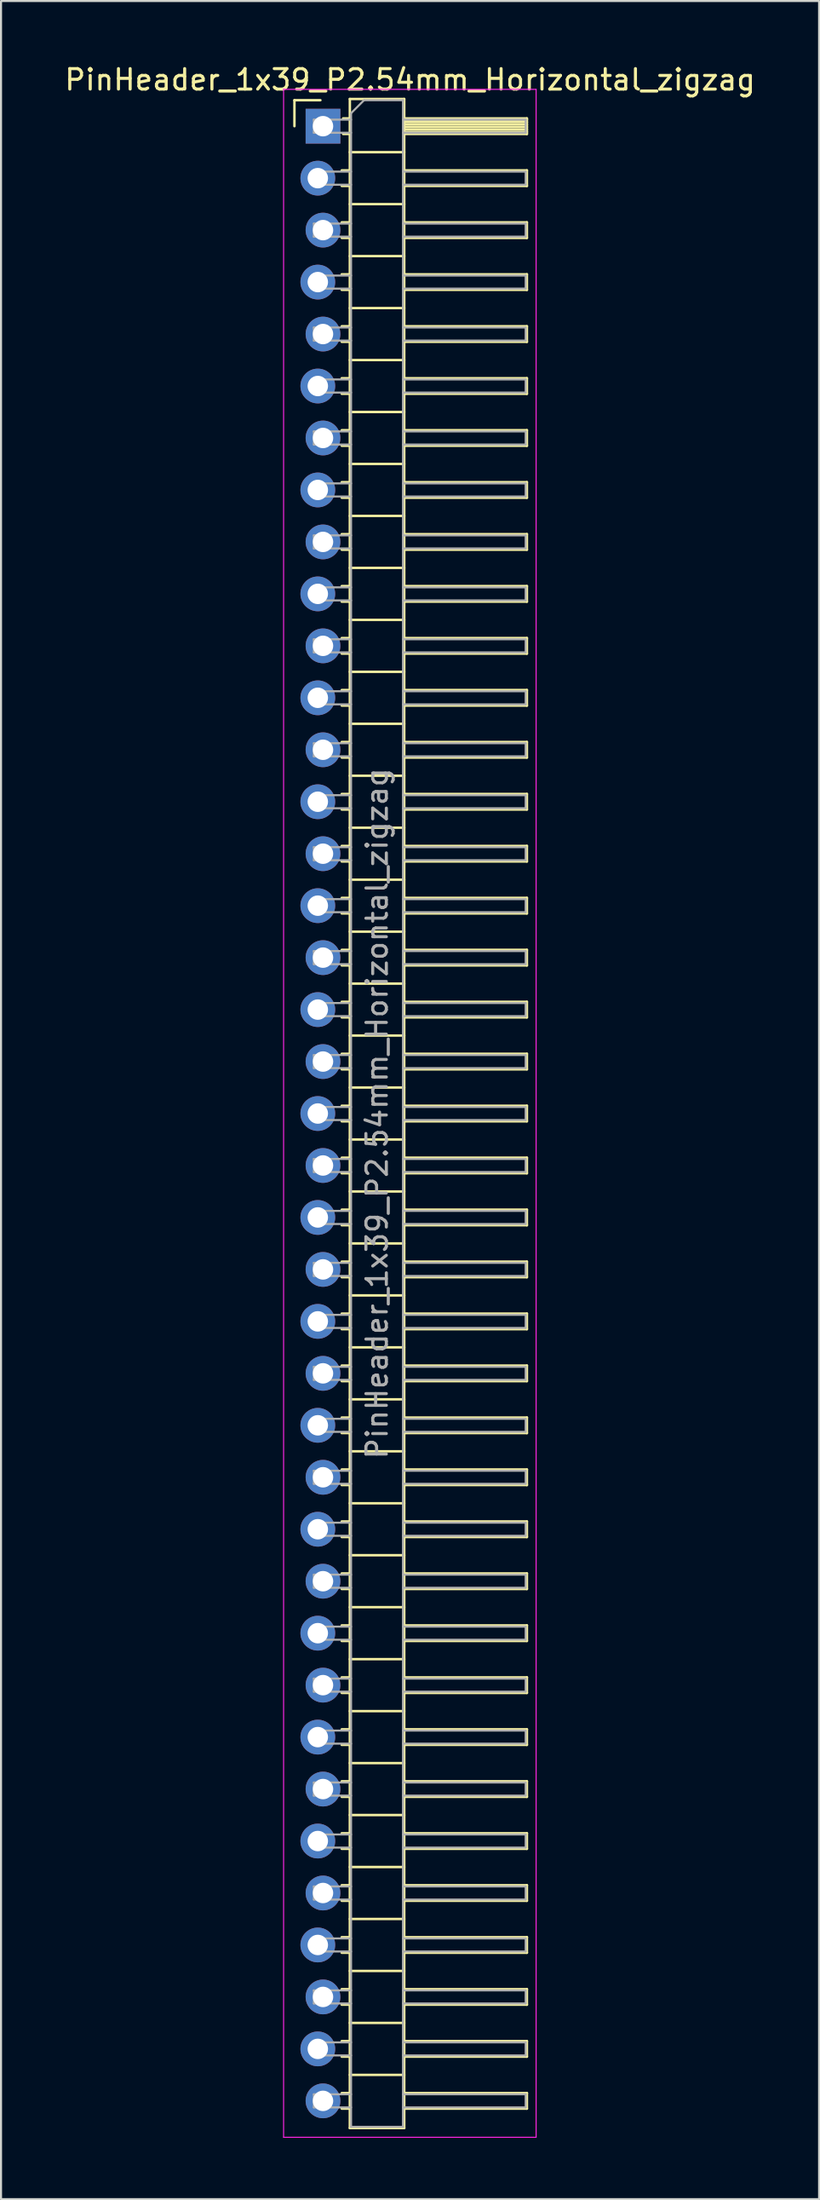
<source format=kicad_pcb>
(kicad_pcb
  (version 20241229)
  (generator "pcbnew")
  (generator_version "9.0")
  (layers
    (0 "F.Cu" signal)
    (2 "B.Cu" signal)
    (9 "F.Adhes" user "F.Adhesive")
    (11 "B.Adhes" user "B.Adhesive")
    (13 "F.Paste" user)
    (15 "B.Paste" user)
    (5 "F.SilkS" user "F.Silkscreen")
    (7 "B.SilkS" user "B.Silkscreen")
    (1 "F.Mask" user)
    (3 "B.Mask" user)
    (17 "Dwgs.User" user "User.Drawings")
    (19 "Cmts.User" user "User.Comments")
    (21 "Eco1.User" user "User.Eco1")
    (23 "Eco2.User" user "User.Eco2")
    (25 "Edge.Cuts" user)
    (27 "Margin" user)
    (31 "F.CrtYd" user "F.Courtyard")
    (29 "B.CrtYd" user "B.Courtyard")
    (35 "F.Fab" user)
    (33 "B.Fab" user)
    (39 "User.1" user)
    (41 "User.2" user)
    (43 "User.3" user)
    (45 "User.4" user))
  (footprint "PinHeader_1x39_P2.54mm_Horizontal_zigzag"
    (layer "F.Cu")
    (at 12.621 3.118)
    (property "Reference" "PinHeader_1x39_P2.54mm_Horizontal_zigzag" (at 4.385 -2.27 0) (layer "F.SilkS") (effects (font (size 1 1) (thickness 0.15))))
    (attr through_hole)
    (fp_line (start -1.27 -1.27) (end 0 -1.27) (stroke (width 0.12) (type solid)) (layer "F.SilkS"))
    (fp_line (start -1.27 0) (end -1.27 -1.27) (stroke (width 0.12) (type solid)) (layer "F.SilkS"))
    (fp_line (start 1.043 2.16) (end 1.44 2.16) (stroke (width 0.12) (type solid)) (layer "F.SilkS"))
    (fp_line (start 1.043 2.92) (end 1.44 2.92) (stroke (width 0.12) (type solid)) (layer "F.SilkS"))
    (fp_line (start 1.043 4.7) (end 1.44 4.7) (stroke (width 0.12) (type solid)) (layer "F.SilkS"))
    (fp_line (start 1.043 5.46) (end 1.44 5.46) (stroke (width 0.12) (type solid)) (layer "F.SilkS"))
    (fp_line (start 1.043 7.24) (end 1.44 7.24) (stroke (width 0.12) (type solid)) (layer "F.SilkS"))
    (fp_line (start 1.043 8) (end 1.44 8) (stroke (width 0.12) (type solid)) (layer "F.SilkS"))
    (fp_line (start 1.043 9.78) (end 1.44 9.78) (stroke (width 0.12) (type solid)) (layer "F.SilkS"))
    (fp_line (start 1.043 10.54) (end 1.44 10.54) (stroke (width 0.12) (type solid)) (layer "F.SilkS"))
    (fp_line (start 1.043 12.32) (end 1.44 12.32) (stroke (width 0.12) (type solid)) (layer "F.SilkS"))
    (fp_line (start 1.043 13.08) (end 1.44 13.08) (stroke (width 0.12) (type solid)) (layer "F.SilkS"))
    (fp_line (start 1.043 14.86) (end 1.44 14.86) (stroke (width 0.12) (type solid)) (layer "F.SilkS"))
    (fp_line (start 1.043 15.62) (end 1.44 15.62) (stroke (width 0.12) (type solid)) (layer "F.SilkS"))
    (fp_line (start 1.043 17.4) (end 1.44 17.4) (stroke (width 0.12) (type solid)) (layer "F.SilkS"))
    (fp_line (start 1.043 18.16) (end 1.44 18.16) (stroke (width 0.12) (type solid)) (layer "F.SilkS"))
    (fp_line (start 1.043 19.94) (end 1.44 19.94) (stroke (width 0.12) (type solid)) (layer "F.SilkS"))
    (fp_line (start 1.043 20.7) (end 1.44 20.7) (stroke (width 0.12) (type solid)) (layer "F.SilkS"))
    (fp_line (start 1.043 22.48) (end 1.44 22.48) (stroke (width 0.12) (type solid)) (layer "F.SilkS"))
    (fp_line (start 1.043 23.24) (end 1.44 23.24) (stroke (width 0.12) (type solid)) (layer "F.SilkS"))
    (fp_line (start 1.043 25.02) (end 1.44 25.02) (stroke (width 0.12) (type solid)) (layer "F.SilkS"))
    (fp_line (start 1.043 25.78) (end 1.44 25.78) (stroke (width 0.12) (type solid)) (layer "F.SilkS"))
    (fp_line (start 1.043 27.56) (end 1.44 27.56) (stroke (width 0.12) (type solid)) (layer "F.SilkS"))
    (fp_line (start 1.043 28.32) (end 1.44 28.32) (stroke (width 0.12) (type solid)) (layer "F.SilkS"))
    (fp_line (start 1.043 30.1) (end 1.44 30.1) (stroke (width 0.12) (type solid)) (layer "F.SilkS"))
    (fp_line (start 1.043 30.86) (end 1.44 30.86) (stroke (width 0.12) (type solid)) (layer "F.SilkS"))
    (fp_line (start 1.043 32.64) (end 1.44 32.64) (stroke (width 0.12) (type solid)) (layer "F.SilkS"))
    (fp_line (start 1.043 33.4) (end 1.44 33.4) (stroke (width 0.12) (type solid)) (layer "F.SilkS"))
    (fp_line (start 1.043 35.18) (end 1.44 35.18) (stroke (width 0.12) (type solid)) (layer "F.SilkS"))
    (fp_line (start 1.043 35.94) (end 1.44 35.94) (stroke (width 0.12) (type solid)) (layer "F.SilkS"))
    (fp_line (start 1.043 37.72) (end 1.44 37.72) (stroke (width 0.12) (type solid)) (layer "F.SilkS"))
    (fp_line (start 1.043 38.48) (end 1.44 38.48) (stroke (width 0.12) (type solid)) (layer "F.SilkS"))
    (fp_line (start 1.043 40.26) (end 1.44 40.26) (stroke (width 0.12) (type solid)) (layer "F.SilkS"))
    (fp_line (start 1.043 41.02) (end 1.44 41.02) (stroke (width 0.12) (type solid)) (layer "F.SilkS"))
    (fp_line (start 1.043 42.8) (end 1.44 42.8) (stroke (width 0.12) (type solid)) (layer "F.SilkS"))
    (fp_line (start 1.043 43.56) (end 1.44 43.56) (stroke (width 0.12) (type solid)) (layer "F.SilkS"))
    (fp_line (start 1.043 45.34) (end 1.44 45.34) (stroke (width 0.12) (type solid)) (layer "F.SilkS"))
    (fp_line (start 1.043 46.1) (end 1.44 46.1) (stroke (width 0.12) (type solid)) (layer "F.SilkS"))
    (fp_line (start 1.043 47.88) (end 1.44 47.88) (stroke (width 0.12) (type solid)) (layer "F.SilkS"))
    (fp_line (start 1.043 48.64) (end 1.44 48.64) (stroke (width 0.12) (type solid)) (layer "F.SilkS"))
    (fp_line (start 1.043 50.42) (end 1.44 50.42) (stroke (width 0.12) (type solid)) (layer "F.SilkS"))
    (fp_line (start 1.043 51.18) (end 1.44 51.18) (stroke (width 0.12) (type solid)) (layer "F.SilkS"))
    (fp_line (start 1.043 52.96) (end 1.44 52.96) (stroke (width 0.12) (type solid)) (layer "F.SilkS"))
    (fp_line (start 1.043 53.72) (end 1.44 53.72) (stroke (width 0.12) (type solid)) (layer "F.SilkS"))
    (fp_line (start 1.043 55.5) (end 1.44 55.5) (stroke (width 0.12) (type solid)) (layer "F.SilkS"))
    (fp_line (start 1.043 56.26) (end 1.44 56.26) (stroke (width 0.12) (type solid)) (layer "F.SilkS"))
    (fp_line (start 1.043 58.04) (end 1.44 58.04) (stroke (width 0.12) (type solid)) (layer "F.SilkS"))
    (fp_line (start 1.043 58.8) (end 1.44 58.8) (stroke (width 0.12) (type solid)) (layer "F.SilkS"))
    (fp_line (start 1.043 60.58) (end 1.44 60.58) (stroke (width 0.12) (type solid)) (layer "F.SilkS"))
    (fp_line (start 1.043 61.34) (end 1.44 61.34) (stroke (width 0.12) (type solid)) (layer "F.SilkS"))
    (fp_line (start 1.043 63.12) (end 1.44 63.12) (stroke (width 0.12) (type solid)) (layer "F.SilkS"))
    (fp_line (start 1.043 63.88) (end 1.44 63.88) (stroke (width 0.12) (type solid)) (layer "F.SilkS"))
    (fp_line (start 1.043 65.66) (end 1.44 65.66) (stroke (width 0.12) (type solid)) (layer "F.SilkS"))
    (fp_line (start 1.043 66.42) (end 1.44 66.42) (stroke (width 0.12) (type solid)) (layer "F.SilkS"))
    (fp_line (start 1.043 68.2) (end 1.44 68.2) (stroke (width 0.12) (type solid)) (layer "F.SilkS"))
    (fp_line (start 1.043 68.96) (end 1.44 68.96) (stroke (width 0.12) (type solid)) (layer "F.SilkS"))
    (fp_line (start 1.043 70.74) (end 1.44 70.74) (stroke (width 0.12) (type solid)) (layer "F.SilkS"))
    (fp_line (start 1.043 71.5) (end 1.44 71.5) (stroke (width 0.12) (type solid)) (layer "F.SilkS"))
    (fp_line (start 1.043 73.28) (end 1.44 73.28) (stroke (width 0.12) (type solid)) (layer "F.SilkS"))
    (fp_line (start 1.043 74.04) (end 1.44 74.04) (stroke (width 0.12) (type solid)) (layer "F.SilkS"))
    (fp_line (start 1.043 75.82) (end 1.44 75.82) (stroke (width 0.12) (type solid)) (layer "F.SilkS"))
    (fp_line (start 1.043 76.58) (end 1.44 76.58) (stroke (width 0.12) (type solid)) (layer "F.SilkS"))
    (fp_line (start 1.043 78.36) (end 1.44 78.36) (stroke (width 0.12) (type solid)) (layer "F.SilkS"))
    (fp_line (start 1.043 79.12) (end 1.44 79.12) (stroke (width 0.12) (type solid)) (layer "F.SilkS"))
    (fp_line (start 1.043 80.9) (end 1.44 80.9) (stroke (width 0.12) (type solid)) (layer "F.SilkS"))
    (fp_line (start 1.043 81.66) (end 1.44 81.66) (stroke (width 0.12) (type solid)) (layer "F.SilkS"))
    (fp_line (start 1.043 83.44) (end 1.44 83.44) (stroke (width 0.12) (type solid)) (layer "F.SilkS"))
    (fp_line (start 1.043 84.2) (end 1.44 84.2) (stroke (width 0.12) (type solid)) (layer "F.SilkS"))
    (fp_line (start 1.043 85.98) (end 1.44 85.98) (stroke (width 0.12) (type solid)) (layer "F.SilkS"))
    (fp_line (start 1.043 86.74) (end 1.44 86.74) (stroke (width 0.12) (type solid)) (layer "F.SilkS"))
    (fp_line (start 1.043 88.52) (end 1.44 88.52) (stroke (width 0.12) (type solid)) (layer "F.SilkS"))
    (fp_line (start 1.043 89.28) (end 1.44 89.28) (stroke (width 0.12) (type solid)) (layer "F.SilkS"))
    (fp_line (start 1.043 91.06) (end 1.44 91.06) (stroke (width 0.12) (type solid)) (layer "F.SilkS"))
    (fp_line (start 1.043 91.82) (end 1.44 91.82) (stroke (width 0.12) (type solid)) (layer "F.SilkS"))
    (fp_line (start 1.043 93.6) (end 1.44 93.6) (stroke (width 0.12) (type solid)) (layer "F.SilkS"))
    (fp_line (start 1.043 94.36) (end 1.44 94.36) (stroke (width 0.12) (type solid)) (layer "F.SilkS"))
    (fp_line (start 1.043 96.14) (end 1.44 96.14) (stroke (width 0.12) (type solid)) (layer "F.SilkS"))
    (fp_line (start 1.043 96.9) (end 1.44 96.9) (stroke (width 0.12) (type solid)) (layer "F.SilkS"))
    (fp_line (start 1.11 -0.38) (end 1.44 -0.38) (stroke (width 0.12) (type solid)) (layer "F.SilkS"))
    (fp_line (start 1.11 0.38) (end 1.44 0.38) (stroke (width 0.12) (type solid)) (layer "F.SilkS"))
    (fp_line (start 1.44 -1.33) (end 1.44 97.85) (stroke (width 0.12) (type solid)) (layer "F.SilkS"))
    (fp_line (start 1.44 1.27) (end 4.1 1.27) (stroke (width 0.12) (type solid)) (layer "F.SilkS"))
    (fp_line (start 1.44 3.81) (end 4.1 3.81) (stroke (width 0.12) (type solid)) (layer "F.SilkS"))
    (fp_line (start 1.44 6.35) (end 4.1 6.35) (stroke (width 0.12) (type solid)) (layer "F.SilkS"))
    (fp_line (start 1.44 8.89) (end 4.1 8.89) (stroke (width 0.12) (type solid)) (layer "F.SilkS"))
    (fp_line (start 1.44 11.43) (end 4.1 11.43) (stroke (width 0.12) (type solid)) (layer "F.SilkS"))
    (fp_line (start 1.44 13.97) (end 4.1 13.97) (stroke (width 0.12) (type solid)) (layer "F.SilkS"))
    (fp_line (start 1.44 16.51) (end 4.1 16.51) (stroke (width 0.12) (type solid)) (layer "F.SilkS"))
    (fp_line (start 1.44 19.05) (end 4.1 19.05) (stroke (width 0.12) (type solid)) (layer "F.SilkS"))
    (fp_line (start 1.44 21.59) (end 4.1 21.59) (stroke (width 0.12) (type solid)) (layer "F.SilkS"))
    (fp_line (start 1.44 24.13) (end 4.1 24.13) (stroke (width 0.12) (type solid)) (layer "F.SilkS"))
    (fp_line (start 1.44 26.67) (end 4.1 26.67) (stroke (width 0.12) (type solid)) (layer "F.SilkS"))
    (fp_line (start 1.44 29.21) (end 4.1 29.21) (stroke (width 0.12) (type solid)) (layer "F.SilkS"))
    (fp_line (start 1.44 31.75) (end 4.1 31.75) (stroke (width 0.12) (type solid)) (layer "F.SilkS"))
    (fp_line (start 1.44 34.29) (end 4.1 34.29) (stroke (width 0.12) (type solid)) (layer "F.SilkS"))
    (fp_line (start 1.44 36.83) (end 4.1 36.83) (stroke (width 0.12) (type solid)) (layer "F.SilkS"))
    (fp_line (start 1.44 39.37) (end 4.1 39.37) (stroke (width 0.12) (type solid)) (layer "F.SilkS"))
    (fp_line (start 1.44 41.91) (end 4.1 41.91) (stroke (width 0.12) (type solid)) (layer "F.SilkS"))
    (fp_line (start 1.44 44.45) (end 4.1 44.45) (stroke (width 0.12) (type solid)) (layer "F.SilkS"))
    (fp_line (start 1.44 46.99) (end 4.1 46.99) (stroke (width 0.12) (type solid)) (layer "F.SilkS"))
    (fp_line (start 1.44 49.53) (end 4.1 49.53) (stroke (width 0.12) (type solid)) (layer "F.SilkS"))
    (fp_line (start 1.44 52.07) (end 4.1 52.07) (stroke (width 0.12) (type solid)) (layer "F.SilkS"))
    (fp_line (start 1.44 54.61) (end 4.1 54.61) (stroke (width 0.12) (type solid)) (layer "F.SilkS"))
    (fp_line (start 1.44 57.15) (end 4.1 57.15) (stroke (width 0.12) (type solid)) (layer "F.SilkS"))
    (fp_line (start 1.44 59.69) (end 4.1 59.69) (stroke (width 0.12) (type solid)) (layer "F.SilkS"))
    (fp_line (start 1.44 62.23) (end 4.1 62.23) (stroke (width 0.12) (type solid)) (layer "F.SilkS"))
    (fp_line (start 1.44 64.77) (end 4.1 64.77) (stroke (width 0.12) (type solid)) (layer "F.SilkS"))
    (fp_line (start 1.44 67.31) (end 4.1 67.31) (stroke (width 0.12) (type solid)) (layer "F.SilkS"))
    (fp_line (start 1.44 69.85) (end 4.1 69.85) (stroke (width 0.12) (type solid)) (layer "F.SilkS"))
    (fp_line (start 1.44 72.39) (end 4.1 72.39) (stroke (width 0.12) (type solid)) (layer "F.SilkS"))
    (fp_line (start 1.44 74.93) (end 4.1 74.93) (stroke (width 0.12) (type solid)) (layer "F.SilkS"))
    (fp_line (start 1.44 77.47) (end 4.1 77.47) (stroke (width 0.12) (type solid)) (layer "F.SilkS"))
    (fp_line (start 1.44 80.01) (end 4.1 80.01) (stroke (width 0.12) (type solid)) (layer "F.SilkS"))
    (fp_line (start 1.44 82.55) (end 4.1 82.55) (stroke (width 0.12) (type solid)) (layer "F.SilkS"))
    (fp_line (start 1.44 85.09) (end 4.1 85.09) (stroke (width 0.12) (type solid)) (layer "F.SilkS"))
    (fp_line (start 1.44 87.63) (end 4.1 87.63) (stroke (width 0.12) (type solid)) (layer "F.SilkS"))
    (fp_line (start 1.44 90.17) (end 4.1 90.17) (stroke (width 0.12) (type solid)) (layer "F.SilkS"))
    (fp_line (start 1.44 92.71) (end 4.1 92.71) (stroke (width 0.12) (type solid)) (layer "F.SilkS"))
    (fp_line (start 1.44 95.25) (end 4.1 95.25) (stroke (width 0.12) (type solid)) (layer "F.SilkS"))
    (fp_line (start 1.44 97.85) (end 4.1 97.85) (stroke (width 0.12) (type solid)) (layer "F.SilkS"))
    (fp_line (start 4.1 -1.33) (end 1.44 -1.33) (stroke (width 0.12) (type solid)) (layer "F.SilkS"))
    (fp_line (start 4.1 -0.38) (end 10.1 -0.38) (stroke (width 0.12) (type solid)) (layer "F.SilkS"))
    (fp_line (start 4.1 -0.32) (end 10.1 -0.32) (stroke (width 0.12) (type solid)) (layer "F.SilkS"))
    (fp_line (start 4.1 -0.2) (end 10.1 -0.2) (stroke (width 0.12) (type solid)) (layer "F.SilkS"))
    (fp_line (start 4.1 -0.08) (end 10.1 -0.08) (stroke (width 0.12) (type solid)) (layer "F.SilkS"))
    (fp_line (start 4.1 0.04) (end 10.1 0.04) (stroke (width 0.12) (type solid)) (layer "F.SilkS"))
    (fp_line (start 4.1 0.16) (end 10.1 0.16) (stroke (width 0.12) (type solid)) (layer "F.SilkS"))
    (fp_line (start 4.1 0.28) (end 10.1 0.28) (stroke (width 0.12) (type solid)) (layer "F.SilkS"))
    (fp_line (start 4.1 2.16) (end 10.1 2.16) (stroke (width 0.12) (type solid)) (layer "F.SilkS"))
    (fp_line (start 4.1 4.7) (end 10.1 4.7) (stroke (width 0.12) (type solid)) (layer "F.SilkS"))
    (fp_line (start 4.1 7.24) (end 10.1 7.24) (stroke (width 0.12) (type solid)) (layer "F.SilkS"))
    (fp_line (start 4.1 9.78) (end 10.1 9.78) (stroke (width 0.12) (type solid)) (layer "F.SilkS"))
    (fp_line (start 4.1 12.32) (end 10.1 12.32) (stroke (width 0.12) (type solid)) (layer "F.SilkS"))
    (fp_line (start 4.1 14.86) (end 10.1 14.86) (stroke (width 0.12) (type solid)) (layer "F.SilkS"))
    (fp_line (start 4.1 17.4) (end 10.1 17.4) (stroke (width 0.12) (type solid)) (layer "F.SilkS"))
    (fp_line (start 4.1 19.94) (end 10.1 19.94) (stroke (width 0.12) (type solid)) (layer "F.SilkS"))
    (fp_line (start 4.1 22.48) (end 10.1 22.48) (stroke (width 0.12) (type solid)) (layer "F.SilkS"))
    (fp_line (start 4.1 25.02) (end 10.1 25.02) (stroke (width 0.12) (type solid)) (layer "F.SilkS"))
    (fp_line (start 4.1 27.56) (end 10.1 27.56) (stroke (width 0.12) (type solid)) (layer "F.SilkS"))
    (fp_line (start 4.1 30.1) (end 10.1 30.1) (stroke (width 0.12) (type solid)) (layer "F.SilkS"))
    (fp_line (start 4.1 32.64) (end 10.1 32.64) (stroke (width 0.12) (type solid)) (layer "F.SilkS"))
    (fp_line (start 4.1 35.18) (end 10.1 35.18) (stroke (width 0.12) (type solid)) (layer "F.SilkS"))
    (fp_line (start 4.1 37.72) (end 10.1 37.72) (stroke (width 0.12) (type solid)) (layer "F.SilkS"))
    (fp_line (start 4.1 40.26) (end 10.1 40.26) (stroke (width 0.12) (type solid)) (layer "F.SilkS"))
    (fp_line (start 4.1 42.8) (end 10.1 42.8) (stroke (width 0.12) (type solid)) (layer "F.SilkS"))
    (fp_line (start 4.1 45.34) (end 10.1 45.34) (stroke (width 0.12) (type solid)) (layer "F.SilkS"))
    (fp_line (start 4.1 47.88) (end 10.1 47.88) (stroke (width 0.12) (type solid)) (layer "F.SilkS"))
    (fp_line (start 4.1 50.42) (end 10.1 50.42) (stroke (width 0.12) (type solid)) (layer "F.SilkS"))
    (fp_line (start 4.1 52.96) (end 10.1 52.96) (stroke (width 0.12) (type solid)) (layer "F.SilkS"))
    (fp_line (start 4.1 55.5) (end 10.1 55.5) (stroke (width 0.12) (type solid)) (layer "F.SilkS"))
    (fp_line (start 4.1 58.04) (end 10.1 58.04) (stroke (width 0.12) (type solid)) (layer "F.SilkS"))
    (fp_line (start 4.1 60.58) (end 10.1 60.58) (stroke (width 0.12) (type solid)) (layer "F.SilkS"))
    (fp_line (start 4.1 63.12) (end 10.1 63.12) (stroke (width 0.12) (type solid)) (layer "F.SilkS"))
    (fp_line (start 4.1 65.66) (end 10.1 65.66) (stroke (width 0.12) (type solid)) (layer "F.SilkS"))
    (fp_line (start 4.1 68.2) (end 10.1 68.2) (stroke (width 0.12) (type solid)) (layer "F.SilkS"))
    (fp_line (start 4.1 70.74) (end 10.1 70.74) (stroke (width 0.12) (type solid)) (layer "F.SilkS"))
    (fp_line (start 4.1 73.28) (end 10.1 73.28) (stroke (width 0.12) (type solid)) (layer "F.SilkS"))
    (fp_line (start 4.1 75.82) (end 10.1 75.82) (stroke (width 0.12) (type solid)) (layer "F.SilkS"))
    (fp_line (start 4.1 78.36) (end 10.1 78.36) (stroke (width 0.12) (type solid)) (layer "F.SilkS"))
    (fp_line (start 4.1 80.9) (end 10.1 80.9) (stroke (width 0.12) (type solid)) (layer "F.SilkS"))
    (fp_line (start 4.1 83.44) (end 10.1 83.44) (stroke (width 0.12) (type solid)) (layer "F.SilkS"))
    (fp_line (start 4.1 85.98) (end 10.1 85.98) (stroke (width 0.12) (type solid)) (layer "F.SilkS"))
    (fp_line (start 4.1 88.52) (end 10.1 88.52) (stroke (width 0.12) (type solid)) (layer "F.SilkS"))
    (fp_line (start 4.1 91.06) (end 10.1 91.06) (stroke (width 0.12) (type solid)) (layer "F.SilkS"))
    (fp_line (start 4.1 93.6) (end 10.1 93.6) (stroke (width 0.12) (type solid)) (layer "F.SilkS"))
    (fp_line (start 4.1 96.14) (end 10.1 96.14) (stroke (width 0.12) (type solid)) (layer "F.SilkS"))
    (fp_line (start 4.1 97.85) (end 4.1 -1.33) (stroke (width 0.12) (type solid)) (layer "F.SilkS"))
    (fp_line (start 10.1 -0.38) (end 10.1 0.38) (stroke (width 0.12) (type solid)) (layer "F.SilkS"))
    (fp_line (start 10.1 0.38) (end 4.1 0.38) (stroke (width 0.12) (type solid)) (layer "F.SilkS"))
    (fp_line (start 10.1 2.16) (end 10.1 2.92) (stroke (width 0.12) (type solid)) (layer "F.SilkS"))
    (fp_line (start 10.1 2.92) (end 4.1 2.92) (stroke (width 0.12) (type solid)) (layer "F.SilkS"))
    (fp_line (start 10.1 4.7) (end 10.1 5.46) (stroke (width 0.12) (type solid)) (layer "F.SilkS"))
    (fp_line (start 10.1 5.46) (end 4.1 5.46) (stroke (width 0.12) (type solid)) (layer "F.SilkS"))
    (fp_line (start 10.1 7.24) (end 10.1 8) (stroke (width 0.12) (type solid)) (layer "F.SilkS"))
    (fp_line (start 10.1 8) (end 4.1 8) (stroke (width 0.12) (type solid)) (layer "F.SilkS"))
    (fp_line (start 10.1 9.78) (end 10.1 10.54) (stroke (width 0.12) (type solid)) (layer "F.SilkS"))
    (fp_line (start 10.1 10.54) (end 4.1 10.54) (stroke (width 0.12) (type solid)) (layer "F.SilkS"))
    (fp_line (start 10.1 12.32) (end 10.1 13.08) (stroke (width 0.12) (type solid)) (layer "F.SilkS"))
    (fp_line (start 10.1 13.08) (end 4.1 13.08) (stroke (width 0.12) (type solid)) (layer "F.SilkS"))
    (fp_line (start 10.1 14.86) (end 10.1 15.62) (stroke (width 0.12) (type solid)) (layer "F.SilkS"))
    (fp_line (start 10.1 15.62) (end 4.1 15.62) (stroke (width 0.12) (type solid)) (layer "F.SilkS"))
    (fp_line (start 10.1 17.4) (end 10.1 18.16) (stroke (width 0.12) (type solid)) (layer "F.SilkS"))
    (fp_line (start 10.1 18.16) (end 4.1 18.16) (stroke (width 0.12) (type solid)) (layer "F.SilkS"))
    (fp_line (start 10.1 19.94) (end 10.1 20.7) (stroke (width 0.12) (type solid)) (layer "F.SilkS"))
    (fp_line (start 10.1 20.7) (end 4.1 20.7) (stroke (width 0.12) (type solid)) (layer "F.SilkS"))
    (fp_line (start 10.1 22.48) (end 10.1 23.24) (stroke (width 0.12) (type solid)) (layer "F.SilkS"))
    (fp_line (start 10.1 23.24) (end 4.1 23.24) (stroke (width 0.12) (type solid)) (layer "F.SilkS"))
    (fp_line (start 10.1 25.02) (end 10.1 25.78) (stroke (width 0.12) (type solid)) (layer "F.SilkS"))
    (fp_line (start 10.1 25.78) (end 4.1 25.78) (stroke (width 0.12) (type solid)) (layer "F.SilkS"))
    (fp_line (start 10.1 27.56) (end 10.1 28.32) (stroke (width 0.12) (type solid)) (layer "F.SilkS"))
    (fp_line (start 10.1 28.32) (end 4.1 28.32) (stroke (width 0.12) (type solid)) (layer "F.SilkS"))
    (fp_line (start 10.1 30.1) (end 10.1 30.86) (stroke (width 0.12) (type solid)) (layer "F.SilkS"))
    (fp_line (start 10.1 30.86) (end 4.1 30.86) (stroke (width 0.12) (type solid)) (layer "F.SilkS"))
    (fp_line (start 10.1 32.64) (end 10.1 33.4) (stroke (width 0.12) (type solid)) (layer "F.SilkS"))
    (fp_line (start 10.1 33.4) (end 4.1 33.4) (stroke (width 0.12) (type solid)) (layer "F.SilkS"))
    (fp_line (start 10.1 35.18) (end 10.1 35.94) (stroke (width 0.12) (type solid)) (layer "F.SilkS"))
    (fp_line (start 10.1 35.94) (end 4.1 35.94) (stroke (width 0.12) (type solid)) (layer "F.SilkS"))
    (fp_line (start 10.1 37.72) (end 10.1 38.48) (stroke (width 0.12) (type solid)) (layer "F.SilkS"))
    (fp_line (start 10.1 38.48) (end 4.1 38.48) (stroke (width 0.12) (type solid)) (layer "F.SilkS"))
    (fp_line (start 10.1 40.26) (end 10.1 41.02) (stroke (width 0.12) (type solid)) (layer "F.SilkS"))
    (fp_line (start 10.1 41.02) (end 4.1 41.02) (stroke (width 0.12) (type solid)) (layer "F.SilkS"))
    (fp_line (start 10.1 42.8) (end 10.1 43.56) (stroke (width 0.12) (type solid)) (layer "F.SilkS"))
    (fp_line (start 10.1 43.56) (end 4.1 43.56) (stroke (width 0.12) (type solid)) (layer "F.SilkS"))
    (fp_line (start 10.1 45.34) (end 10.1 46.1) (stroke (width 0.12) (type solid)) (layer "F.SilkS"))
    (fp_line (start 10.1 46.1) (end 4.1 46.1) (stroke (width 0.12) (type solid)) (layer "F.SilkS"))
    (fp_line (start 10.1 47.88) (end 10.1 48.64) (stroke (width 0.12) (type solid)) (layer "F.SilkS"))
    (fp_line (start 10.1 48.64) (end 4.1 48.64) (stroke (width 0.12) (type solid)) (layer "F.SilkS"))
    (fp_line (start 10.1 50.42) (end 10.1 51.18) (stroke (width 0.12) (type solid)) (layer "F.SilkS"))
    (fp_line (start 10.1 51.18) (end 4.1 51.18) (stroke (width 0.12) (type solid)) (layer "F.SilkS"))
    (fp_line (start 10.1 52.96) (end 10.1 53.72) (stroke (width 0.12) (type solid)) (layer "F.SilkS"))
    (fp_line (start 10.1 53.72) (end 4.1 53.72) (stroke (width 0.12) (type solid)) (layer "F.SilkS"))
    (fp_line (start 10.1 55.5) (end 10.1 56.26) (stroke (width 0.12) (type solid)) (layer "F.SilkS"))
    (fp_line (start 10.1 56.26) (end 4.1 56.26) (stroke (width 0.12) (type solid)) (layer "F.SilkS"))
    (fp_line (start 10.1 58.04) (end 10.1 58.8) (stroke (width 0.12) (type solid)) (layer "F.SilkS"))
    (fp_line (start 10.1 58.8) (end 4.1 58.8) (stroke (width 0.12) (type solid)) (layer "F.SilkS"))
    (fp_line (start 10.1 60.58) (end 10.1 61.34) (stroke (width 0.12) (type solid)) (layer "F.SilkS"))
    (fp_line (start 10.1 61.34) (end 4.1 61.34) (stroke (width 0.12) (type solid)) (layer "F.SilkS"))
    (fp_line (start 10.1 63.12) (end 10.1 63.88) (stroke (width 0.12) (type solid)) (layer "F.SilkS"))
    (fp_line (start 10.1 63.88) (end 4.1 63.88) (stroke (width 0.12) (type solid)) (layer "F.SilkS"))
    (fp_line (start 10.1 65.66) (end 10.1 66.42) (stroke (width 0.12) (type solid)) (layer "F.SilkS"))
    (fp_line (start 10.1 66.42) (end 4.1 66.42) (stroke (width 0.12) (type solid)) (layer "F.SilkS"))
    (fp_line (start 10.1 68.2) (end 10.1 68.96) (stroke (width 0.12) (type solid)) (layer "F.SilkS"))
    (fp_line (start 10.1 68.96) (end 4.1 68.96) (stroke (width 0.12) (type solid)) (layer "F.SilkS"))
    (fp_line (start 10.1 70.74) (end 10.1 71.5) (stroke (width 0.12) (type solid)) (layer "F.SilkS"))
    (fp_line (start 10.1 71.5) (end 4.1 71.5) (stroke (width 0.12) (type solid)) (layer "F.SilkS"))
    (fp_line (start 10.1 73.28) (end 10.1 74.04) (stroke (width 0.12) (type solid)) (layer "F.SilkS"))
    (fp_line (start 10.1 74.04) (end 4.1 74.04) (stroke (width 0.12) (type solid)) (layer "F.SilkS"))
    (fp_line (start 10.1 75.82) (end 10.1 76.58) (stroke (width 0.12) (type solid)) (layer "F.SilkS"))
    (fp_line (start 10.1 76.58) (end 4.1 76.58) (stroke (width 0.12) (type solid)) (layer "F.SilkS"))
    (fp_line (start 10.1 78.36) (end 10.1 79.12) (stroke (width 0.12) (type solid)) (layer "F.SilkS"))
    (fp_line (start 10.1 79.12) (end 4.1 79.12) (stroke (width 0.12) (type solid)) (layer "F.SilkS"))
    (fp_line (start 10.1 80.9) (end 10.1 81.66) (stroke (width 0.12) (type solid)) (layer "F.SilkS"))
    (fp_line (start 10.1 81.66) (end 4.1 81.66) (stroke (width 0.12) (type solid)) (layer "F.SilkS"))
    (fp_line (start 10.1 83.44) (end 10.1 84.2) (stroke (width 0.12) (type solid)) (layer "F.SilkS"))
    (fp_line (start 10.1 84.2) (end 4.1 84.2) (stroke (width 0.12) (type solid)) (layer "F.SilkS"))
    (fp_line (start 10.1 85.98) (end 10.1 86.74) (stroke (width 0.12) (type solid)) (layer "F.SilkS"))
    (fp_line (start 10.1 86.74) (end 4.1 86.74) (stroke (width 0.12) (type solid)) (layer "F.SilkS"))
    (fp_line (start 10.1 88.52) (end 10.1 89.28) (stroke (width 0.12) (type solid)) (layer "F.SilkS"))
    (fp_line (start 10.1 89.28) (end 4.1 89.28) (stroke (width 0.12) (type solid)) (layer "F.SilkS"))
    (fp_line (start 10.1 91.06) (end 10.1 91.82) (stroke (width 0.12) (type solid)) (layer "F.SilkS"))
    (fp_line (start 10.1 91.82) (end 4.1 91.82) (stroke (width 0.12) (type solid)) (layer "F.SilkS"))
    (fp_line (start 10.1 93.6) (end 10.1 94.36) (stroke (width 0.12) (type solid)) (layer "F.SilkS"))
    (fp_line (start 10.1 94.36) (end 4.1 94.36) (stroke (width 0.12) (type solid)) (layer "F.SilkS"))
    (fp_line (start 10.1 96.14) (end 10.1 96.9) (stroke (width 0.12) (type solid)) (layer "F.SilkS"))
    (fp_line (start 10.1 96.9) (end 4.1 96.9) (stroke (width 0.12) (type solid)) (layer "F.SilkS"))
    (fp_line (start -1.8 -1.8) (end -1.8 98.3) (stroke (width 0.05) (type solid)) (layer "F.CrtYd"))
    (fp_line (start -1.8 98.3) (end 10.55 98.3) (stroke (width 0.05) (type solid)) (layer "F.CrtYd"))
    (fp_line (start 10.55 -1.8) (end -1.8 -1.8) (stroke (width 0.05) (type solid)) (layer "F.CrtYd"))
    (fp_line (start 10.55 98.3) (end 10.55 -1.8) (stroke (width 0.05) (type solid)) (layer "F.CrtYd"))
    (fp_line (start -0.32 -0.32) (end -0.32 0.32) (stroke (width 0.1) (type solid)) (layer "F.Fab"))
    (fp_line (start -0.32 -0.32) (end 1.5 -0.32) (stroke (width 0.1) (type solid)) (layer "F.Fab"))
    (fp_line (start -0.32 0.32) (end 1.5 0.32) (stroke (width 0.1) (type solid)) (layer "F.Fab"))
    (fp_line (start -0.32 2.22) (end -0.32 2.86) (stroke (width 0.1) (type solid)) (layer "F.Fab"))
    (fp_line (start -0.32 2.22) (end 1.5 2.22) (stroke (width 0.1) (type solid)) (layer "F.Fab"))
    (fp_line (start -0.32 2.86) (end 1.5 2.86) (stroke (width 0.1) (type solid)) (layer "F.Fab"))
    (fp_line (start -0.32 4.76) (end -0.32 5.4) (stroke (width 0.1) (type solid)) (layer "F.Fab"))
    (fp_line (start -0.32 4.76) (end 1.5 4.76) (stroke (width 0.1) (type solid)) (layer "F.Fab"))
    (fp_line (start -0.32 5.4) (end 1.5 5.4) (stroke (width 0.1) (type solid)) (layer "F.Fab"))
    (fp_line (start -0.32 7.3) (end -0.32 7.94) (stroke (width 0.1) (type solid)) (layer "F.Fab"))
    (fp_line (start -0.32 7.3) (end 1.5 7.3) (stroke (width 0.1) (type solid)) (layer "F.Fab"))
    (fp_line (start -0.32 7.94) (end 1.5 7.94) (stroke (width 0.1) (type solid)) (layer "F.Fab"))
    (fp_line (start -0.32 9.84) (end -0.32 10.48) (stroke (width 0.1) (type solid)) (layer "F.Fab"))
    (fp_line (start -0.32 9.84) (end 1.5 9.84) (stroke (width 0.1) (type solid)) (layer "F.Fab"))
    (fp_line (start -0.32 10.48) (end 1.5 10.48) (stroke (width 0.1) (type solid)) (layer "F.Fab"))
    (fp_line (start -0.32 12.38) (end -0.32 13.02) (stroke (width 0.1) (type solid)) (layer "F.Fab"))
    (fp_line (start -0.32 12.38) (end 1.5 12.38) (stroke (width 0.1) (type solid)) (layer "F.Fab"))
    (fp_line (start -0.32 13.02) (end 1.5 13.02) (stroke (width 0.1) (type solid)) (layer "F.Fab"))
    (fp_line (start -0.32 14.92) (end -0.32 15.56) (stroke (width 0.1) (type solid)) (layer "F.Fab"))
    (fp_line (start -0.32 14.92) (end 1.5 14.92) (stroke (width 0.1) (type solid)) (layer "F.Fab"))
    (fp_line (start -0.32 15.56) (end 1.5 15.56) (stroke (width 0.1) (type solid)) (layer "F.Fab"))
    (fp_line (start -0.32 17.46) (end -0.32 18.1) (stroke (width 0.1) (type solid)) (layer "F.Fab"))
    (fp_line (start -0.32 17.46) (end 1.5 17.46) (stroke (width 0.1) (type solid)) (layer "F.Fab"))
    (fp_line (start -0.32 18.1) (end 1.5 18.1) (stroke (width 0.1) (type solid)) (layer "F.Fab"))
    (fp_line (start -0.32 20) (end -0.32 20.64) (stroke (width 0.1) (type solid)) (layer "F.Fab"))
    (fp_line (start -0.32 20) (end 1.5 20) (stroke (width 0.1) (type solid)) (layer "F.Fab"))
    (fp_line (start -0.32 20.64) (end 1.5 20.64) (stroke (width 0.1) (type solid)) (layer "F.Fab"))
    (fp_line (start -0.32 22.54) (end -0.32 23.18) (stroke (width 0.1) (type solid)) (layer "F.Fab"))
    (fp_line (start -0.32 22.54) (end 1.5 22.54) (stroke (width 0.1) (type solid)) (layer "F.Fab"))
    (fp_line (start -0.32 23.18) (end 1.5 23.18) (stroke (width 0.1) (type solid)) (layer "F.Fab"))
    (fp_line (start -0.32 25.08) (end -0.32 25.72) (stroke (width 0.1) (type solid)) (layer "F.Fab"))
    (fp_line (start -0.32 25.08) (end 1.5 25.08) (stroke (width 0.1) (type solid)) (layer "F.Fab"))
    (fp_line (start -0.32 25.72) (end 1.5 25.72) (stroke (width 0.1) (type solid)) (layer "F.Fab"))
    (fp_line (start -0.32 27.62) (end -0.32 28.26) (stroke (width 0.1) (type solid)) (layer "F.Fab"))
    (fp_line (start -0.32 27.62) (end 1.5 27.62) (stroke (width 0.1) (type solid)) (layer "F.Fab"))
    (fp_line (start -0.32 28.26) (end 1.5 28.26) (stroke (width 0.1) (type solid)) (layer "F.Fab"))
    (fp_line (start -0.32 30.16) (end -0.32 30.8) (stroke (width 0.1) (type solid)) (layer "F.Fab"))
    (fp_line (start -0.32 30.16) (end 1.5 30.16) (stroke (width 0.1) (type solid)) (layer "F.Fab"))
    (fp_line (start -0.32 30.8) (end 1.5 30.8) (stroke (width 0.1) (type solid)) (layer "F.Fab"))
    (fp_line (start -0.32 32.7) (end -0.32 33.34) (stroke (width 0.1) (type solid)) (layer "F.Fab"))
    (fp_line (start -0.32 32.7) (end 1.5 32.7) (stroke (width 0.1) (type solid)) (layer "F.Fab"))
    (fp_line (start -0.32 33.34) (end 1.5 33.34) (stroke (width 0.1) (type solid)) (layer "F.Fab"))
    (fp_line (start -0.32 35.24) (end -0.32 35.88) (stroke (width 0.1) (type solid)) (layer "F.Fab"))
    (fp_line (start -0.32 35.24) (end 1.5 35.24) (stroke (width 0.1) (type solid)) (layer "F.Fab"))
    (fp_line (start -0.32 35.88) (end 1.5 35.88) (stroke (width 0.1) (type solid)) (layer "F.Fab"))
    (fp_line (start -0.32 37.78) (end -0.32 38.42) (stroke (width 0.1) (type solid)) (layer "F.Fab"))
    (fp_line (start -0.32 37.78) (end 1.5 37.78) (stroke (width 0.1) (type solid)) (layer "F.Fab"))
    (fp_line (start -0.32 38.42) (end 1.5 38.42) (stroke (width 0.1) (type solid)) (layer "F.Fab"))
    (fp_line (start -0.32 40.32) (end -0.32 40.96) (stroke (width 0.1) (type solid)) (layer "F.Fab"))
    (fp_line (start -0.32 40.32) (end 1.5 40.32) (stroke (width 0.1) (type solid)) (layer "F.Fab"))
    (fp_line (start -0.32 40.96) (end 1.5 40.96) (stroke (width 0.1) (type solid)) (layer "F.Fab"))
    (fp_line (start -0.32 42.86) (end -0.32 43.5) (stroke (width 0.1) (type solid)) (layer "F.Fab"))
    (fp_line (start -0.32 42.86) (end 1.5 42.86) (stroke (width 0.1) (type solid)) (layer "F.Fab"))
    (fp_line (start -0.32 43.5) (end 1.5 43.5) (stroke (width 0.1) (type solid)) (layer "F.Fab"))
    (fp_line (start -0.32 45.4) (end -0.32 46.04) (stroke (width 0.1) (type solid)) (layer "F.Fab"))
    (fp_line (start -0.32 45.4) (end 1.5 45.4) (stroke (width 0.1) (type solid)) (layer "F.Fab"))
    (fp_line (start -0.32 46.04) (end 1.5 46.04) (stroke (width 0.1) (type solid)) (layer "F.Fab"))
    (fp_line (start -0.32 47.94) (end -0.32 48.58) (stroke (width 0.1) (type solid)) (layer "F.Fab"))
    (fp_line (start -0.32 47.94) (end 1.5 47.94) (stroke (width 0.1) (type solid)) (layer "F.Fab"))
    (fp_line (start -0.32 48.58) (end 1.5 48.58) (stroke (width 0.1) (type solid)) (layer "F.Fab"))
    (fp_line (start -0.32 50.48) (end -0.32 51.12) (stroke (width 0.1) (type solid)) (layer "F.Fab"))
    (fp_line (start -0.32 50.48) (end 1.5 50.48) (stroke (width 0.1) (type solid)) (layer "F.Fab"))
    (fp_line (start -0.32 51.12) (end 1.5 51.12) (stroke (width 0.1) (type solid)) (layer "F.Fab"))
    (fp_line (start -0.32 53.02) (end -0.32 53.66) (stroke (width 0.1) (type solid)) (layer "F.Fab"))
    (fp_line (start -0.32 53.02) (end 1.5 53.02) (stroke (width 0.1) (type solid)) (layer "F.Fab"))
    (fp_line (start -0.32 53.66) (end 1.5 53.66) (stroke (width 0.1) (type solid)) (layer "F.Fab"))
    (fp_line (start -0.32 55.56) (end -0.32 56.2) (stroke (width 0.1) (type solid)) (layer "F.Fab"))
    (fp_line (start -0.32 55.56) (end 1.5 55.56) (stroke (width 0.1) (type solid)) (layer "F.Fab"))
    (fp_line (start -0.32 56.2) (end 1.5 56.2) (stroke (width 0.1) (type solid)) (layer "F.Fab"))
    (fp_line (start -0.32 58.1) (end -0.32 58.74) (stroke (width 0.1) (type solid)) (layer "F.Fab"))
    (fp_line (start -0.32 58.1) (end 1.5 58.1) (stroke (width 0.1) (type solid)) (layer "F.Fab"))
    (fp_line (start -0.32 58.74) (end 1.5 58.74) (stroke (width 0.1) (type solid)) (layer "F.Fab"))
    (fp_line (start -0.32 60.64) (end -0.32 61.28) (stroke (width 0.1) (type solid)) (layer "F.Fab"))
    (fp_line (start -0.32 60.64) (end 1.5 60.64) (stroke (width 0.1) (type solid)) (layer "F.Fab"))
    (fp_line (start -0.32 61.28) (end 1.5 61.28) (stroke (width 0.1) (type solid)) (layer "F.Fab"))
    (fp_line (start -0.32 63.18) (end -0.32 63.82) (stroke (width 0.1) (type solid)) (layer "F.Fab"))
    (fp_line (start -0.32 63.18) (end 1.5 63.18) (stroke (width 0.1) (type solid)) (layer "F.Fab"))
    (fp_line (start -0.32 63.82) (end 1.5 63.82) (stroke (width 0.1) (type solid)) (layer "F.Fab"))
    (fp_line (start -0.32 65.72) (end -0.32 66.36) (stroke (width 0.1) (type solid)) (layer "F.Fab"))
    (fp_line (start -0.32 65.72) (end 1.5 65.72) (stroke (width 0.1) (type solid)) (layer "F.Fab"))
    (fp_line (start -0.32 66.36) (end 1.5 66.36) (stroke (width 0.1) (type solid)) (layer "F.Fab"))
    (fp_line (start -0.32 68.26) (end -0.32 68.9) (stroke (width 0.1) (type solid)) (layer "F.Fab"))
    (fp_line (start -0.32 68.26) (end 1.5 68.26) (stroke (width 0.1) (type solid)) (layer "F.Fab"))
    (fp_line (start -0.32 68.9) (end 1.5 68.9) (stroke (width 0.1) (type solid)) (layer "F.Fab"))
    (fp_line (start -0.32 70.8) (end -0.32 71.44) (stroke (width 0.1) (type solid)) (layer "F.Fab"))
    (fp_line (start -0.32 70.8) (end 1.5 70.8) (stroke (width 0.1) (type solid)) (layer "F.Fab"))
    (fp_line (start -0.32 71.44) (end 1.5 71.44) (stroke (width 0.1) (type solid)) (layer "F.Fab"))
    (fp_line (start -0.32 73.34) (end -0.32 73.98) (stroke (width 0.1) (type solid)) (layer "F.Fab"))
    (fp_line (start -0.32 73.34) (end 1.5 73.34) (stroke (width 0.1) (type solid)) (layer "F.Fab"))
    (fp_line (start -0.32 73.98) (end 1.5 73.98) (stroke (width 0.1) (type solid)) (layer "F.Fab"))
    (fp_line (start -0.32 75.88) (end -0.32 76.52) (stroke (width 0.1) (type solid)) (layer "F.Fab"))
    (fp_line (start -0.32 75.88) (end 1.5 75.88) (stroke (width 0.1) (type solid)) (layer "F.Fab"))
    (fp_line (start -0.32 76.52) (end 1.5 76.52) (stroke (width 0.1) (type solid)) (layer "F.Fab"))
    (fp_line (start -0.32 78.42) (end -0.32 79.06) (stroke (width 0.1) (type solid)) (layer "F.Fab"))
    (fp_line (start -0.32 78.42) (end 1.5 78.42) (stroke (width 0.1) (type solid)) (layer "F.Fab"))
    (fp_line (start -0.32 79.06) (end 1.5 79.06) (stroke (width 0.1) (type solid)) (layer "F.Fab"))
    (fp_line (start -0.32 80.96) (end -0.32 81.6) (stroke (width 0.1) (type solid)) (layer "F.Fab"))
    (fp_line (start -0.32 80.96) (end 1.5 80.96) (stroke (width 0.1) (type solid)) (layer "F.Fab"))
    (fp_line (start -0.32 81.6) (end 1.5 81.6) (stroke (width 0.1) (type solid)) (layer "F.Fab"))
    (fp_line (start -0.32 83.5) (end -0.32 84.14) (stroke (width 0.1) (type solid)) (layer "F.Fab"))
    (fp_line (start -0.32 83.5) (end 1.5 83.5) (stroke (width 0.1) (type solid)) (layer "F.Fab"))
    (fp_line (start -0.32 84.14) (end 1.5 84.14) (stroke (width 0.1) (type solid)) (layer "F.Fab"))
    (fp_line (start -0.32 86.04) (end -0.32 86.68) (stroke (width 0.1) (type solid)) (layer "F.Fab"))
    (fp_line (start -0.32 86.04) (end 1.5 86.04) (stroke (width 0.1) (type solid)) (layer "F.Fab"))
    (fp_line (start -0.32 86.68) (end 1.5 86.68) (stroke (width 0.1) (type solid)) (layer "F.Fab"))
    (fp_line (start -0.32 88.58) (end -0.32 89.22) (stroke (width 0.1) (type solid)) (layer "F.Fab"))
    (fp_line (start -0.32 88.58) (end 1.5 88.58) (stroke (width 0.1) (type solid)) (layer "F.Fab"))
    (fp_line (start -0.32 89.22) (end 1.5 89.22) (stroke (width 0.1) (type solid)) (layer "F.Fab"))
    (fp_line (start -0.32 91.12) (end -0.32 91.76) (stroke (width 0.1) (type solid)) (layer "F.Fab"))
    (fp_line (start -0.32 91.12) (end 1.5 91.12) (stroke (width 0.1) (type solid)) (layer "F.Fab"))
    (fp_line (start -0.32 91.76) (end 1.5 91.76) (stroke (width 0.1) (type solid)) (layer "F.Fab"))
    (fp_line (start -0.32 93.66) (end -0.32 94.3) (stroke (width 0.1) (type solid)) (layer "F.Fab"))
    (fp_line (start -0.32 93.66) (end 1.5 93.66) (stroke (width 0.1) (type solid)) (layer "F.Fab"))
    (fp_line (start -0.32 94.3) (end 1.5 94.3) (stroke (width 0.1) (type solid)) (layer "F.Fab"))
    (fp_line (start -0.32 96.2) (end -0.32 96.84) (stroke (width 0.1) (type solid)) (layer "F.Fab"))
    (fp_line (start -0.32 96.2) (end 1.5 96.2) (stroke (width 0.1) (type solid)) (layer "F.Fab"))
    (fp_line (start -0.32 96.84) (end 1.5 96.84) (stroke (width 0.1) (type solid)) (layer "F.Fab"))
    (fp_line (start 1.5 -0.635) (end 2.135 -1.27) (stroke (width 0.1) (type solid)) (layer "F.Fab"))
    (fp_line (start 1.5 97.79) (end 1.5 -0.635) (stroke (width 0.1) (type solid)) (layer "F.Fab"))
    (fp_line (start 2.135 -1.27) (end 4.04 -1.27) (stroke (width 0.1) (type solid)) (layer "F.Fab"))
    (fp_line (start 4.04 -1.27) (end 4.04 97.79) (stroke (width 0.1) (type solid)) (layer "F.Fab"))
    (fp_line (start 4.04 -0.32) (end 10.04 -0.32) (stroke (width 0.1) (type solid)) (layer "F.Fab"))
    (fp_line (start 4.04 0.32) (end 10.04 0.32) (stroke (width 0.1) (type solid)) (layer "F.Fab"))
    (fp_line (start 4.04 2.22) (end 10.04 2.22) (stroke (width 0.1) (type solid)) (layer "F.Fab"))
    (fp_line (start 4.04 2.86) (end 10.04 2.86) (stroke (width 0.1) (type solid)) (layer "F.Fab"))
    (fp_line (start 4.04 4.76) (end 10.04 4.76) (stroke (width 0.1) (type solid)) (layer "F.Fab"))
    (fp_line (start 4.04 5.4) (end 10.04 5.4) (stroke (width 0.1) (type solid)) (layer "F.Fab"))
    (fp_line (start 4.04 7.3) (end 10.04 7.3) (stroke (width 0.1) (type solid)) (layer "F.Fab"))
    (fp_line (start 4.04 7.94) (end 10.04 7.94) (stroke (width 0.1) (type solid)) (layer "F.Fab"))
    (fp_line (start 4.04 9.84) (end 10.04 9.84) (stroke (width 0.1) (type solid)) (layer "F.Fab"))
    (fp_line (start 4.04 10.48) (end 10.04 10.48) (stroke (width 0.1) (type solid)) (layer "F.Fab"))
    (fp_line (start 4.04 12.38) (end 10.04 12.38) (stroke (width 0.1) (type solid)) (layer "F.Fab"))
    (fp_line (start 4.04 13.02) (end 10.04 13.02) (stroke (width 0.1) (type solid)) (layer "F.Fab"))
    (fp_line (start 4.04 14.92) (end 10.04 14.92) (stroke (width 0.1) (type solid)) (layer "F.Fab"))
    (fp_line (start 4.04 15.56) (end 10.04 15.56) (stroke (width 0.1) (type solid)) (layer "F.Fab"))
    (fp_line (start 4.04 17.46) (end 10.04 17.46) (stroke (width 0.1) (type solid)) (layer "F.Fab"))
    (fp_line (start 4.04 18.1) (end 10.04 18.1) (stroke (width 0.1) (type solid)) (layer "F.Fab"))
    (fp_line (start 4.04 20) (end 10.04 20) (stroke (width 0.1) (type solid)) (layer "F.Fab"))
    (fp_line (start 4.04 20.64) (end 10.04 20.64) (stroke (width 0.1) (type solid)) (layer "F.Fab"))
    (fp_line (start 4.04 22.54) (end 10.04 22.54) (stroke (width 0.1) (type solid)) (layer "F.Fab"))
    (fp_line (start 4.04 23.18) (end 10.04 23.18) (stroke (width 0.1) (type solid)) (layer "F.Fab"))
    (fp_line (start 4.04 25.08) (end 10.04 25.08) (stroke (width 0.1) (type solid)) (layer "F.Fab"))
    (fp_line (start 4.04 25.72) (end 10.04 25.72) (stroke (width 0.1) (type solid)) (layer "F.Fab"))
    (fp_line (start 4.04 27.62) (end 10.04 27.62) (stroke (width 0.1) (type solid)) (layer "F.Fab"))
    (fp_line (start 4.04 28.26) (end 10.04 28.26) (stroke (width 0.1) (type solid)) (layer "F.Fab"))
    (fp_line (start 4.04 30.16) (end 10.04 30.16) (stroke (width 0.1) (type solid)) (layer "F.Fab"))
    (fp_line (start 4.04 30.8) (end 10.04 30.8) (stroke (width 0.1) (type solid)) (layer "F.Fab"))
    (fp_line (start 4.04 32.7) (end 10.04 32.7) (stroke (width 0.1) (type solid)) (layer "F.Fab"))
    (fp_line (start 4.04 33.34) (end 10.04 33.34) (stroke (width 0.1) (type solid)) (layer "F.Fab"))
    (fp_line (start 4.04 35.24) (end 10.04 35.24) (stroke (width 0.1) (type solid)) (layer "F.Fab"))
    (fp_line (start 4.04 35.88) (end 10.04 35.88) (stroke (width 0.1) (type solid)) (layer "F.Fab"))
    (fp_line (start 4.04 37.78) (end 10.04 37.78) (stroke (width 0.1) (type solid)) (layer "F.Fab"))
    (fp_line (start 4.04 38.42) (end 10.04 38.42) (stroke (width 0.1) (type solid)) (layer "F.Fab"))
    (fp_line (start 4.04 40.32) (end 10.04 40.32) (stroke (width 0.1) (type solid)) (layer "F.Fab"))
    (fp_line (start 4.04 40.96) (end 10.04 40.96) (stroke (width 0.1) (type solid)) (layer "F.Fab"))
    (fp_line (start 4.04 42.86) (end 10.04 42.86) (stroke (width 0.1) (type solid)) (layer "F.Fab"))
    (fp_line (start 4.04 43.5) (end 10.04 43.5) (stroke (width 0.1) (type solid)) (layer "F.Fab"))
    (fp_line (start 4.04 45.4) (end 10.04 45.4) (stroke (width 0.1) (type solid)) (layer "F.Fab"))
    (fp_line (start 4.04 46.04) (end 10.04 46.04) (stroke (width 0.1) (type solid)) (layer "F.Fab"))
    (fp_line (start 4.04 47.94) (end 10.04 47.94) (stroke (width 0.1) (type solid)) (layer "F.Fab"))
    (fp_line (start 4.04 48.58) (end 10.04 48.58) (stroke (width 0.1) (type solid)) (layer "F.Fab"))
    (fp_line (start 4.04 50.48) (end 10.04 50.48) (stroke (width 0.1) (type solid)) (layer "F.Fab"))
    (fp_line (start 4.04 51.12) (end 10.04 51.12) (stroke (width 0.1) (type solid)) (layer "F.Fab"))
    (fp_line (start 4.04 53.02) (end 10.04 53.02) (stroke (width 0.1) (type solid)) (layer "F.Fab"))
    (fp_line (start 4.04 53.66) (end 10.04 53.66) (stroke (width 0.1) (type solid)) (layer "F.Fab"))
    (fp_line (start 4.04 55.56) (end 10.04 55.56) (stroke (width 0.1) (type solid)) (layer "F.Fab"))
    (fp_line (start 4.04 56.2) (end 10.04 56.2) (stroke (width 0.1) (type solid)) (layer "F.Fab"))
    (fp_line (start 4.04 58.1) (end 10.04 58.1) (stroke (width 0.1) (type solid)) (layer "F.Fab"))
    (fp_line (start 4.04 58.74) (end 10.04 58.74) (stroke (width 0.1) (type solid)) (layer "F.Fab"))
    (fp_line (start 4.04 60.64) (end 10.04 60.64) (stroke (width 0.1) (type solid)) (layer "F.Fab"))
    (fp_line (start 4.04 61.28) (end 10.04 61.28) (stroke (width 0.1) (type solid)) (layer "F.Fab"))
    (fp_line (start 4.04 63.18) (end 10.04 63.18) (stroke (width 0.1) (type solid)) (layer "F.Fab"))
    (fp_line (start 4.04 63.82) (end 10.04 63.82) (stroke (width 0.1) (type solid)) (layer "F.Fab"))
    (fp_line (start 4.04 65.72) (end 10.04 65.72) (stroke (width 0.1) (type solid)) (layer "F.Fab"))
    (fp_line (start 4.04 66.36) (end 10.04 66.36) (stroke (width 0.1) (type solid)) (layer "F.Fab"))
    (fp_line (start 4.04 68.26) (end 10.04 68.26) (stroke (width 0.1) (type solid)) (layer "F.Fab"))
    (fp_line (start 4.04 68.9) (end 10.04 68.9) (stroke (width 0.1) (type solid)) (layer "F.Fab"))
    (fp_line (start 4.04 70.8) (end 10.04 70.8) (stroke (width 0.1) (type solid)) (layer "F.Fab"))
    (fp_line (start 4.04 71.44) (end 10.04 71.44) (stroke (width 0.1) (type solid)) (layer "F.Fab"))
    (fp_line (start 4.04 73.34) (end 10.04 73.34) (stroke (width 0.1) (type solid)) (layer "F.Fab"))
    (fp_line (start 4.04 73.98) (end 10.04 73.98) (stroke (width 0.1) (type solid)) (layer "F.Fab"))
    (fp_line (start 4.04 75.88) (end 10.04 75.88) (stroke (width 0.1) (type solid)) (layer "F.Fab"))
    (fp_line (start 4.04 76.52) (end 10.04 76.52) (stroke (width 0.1) (type solid)) (layer "F.Fab"))
    (fp_line (start 4.04 78.42) (end 10.04 78.42) (stroke (width 0.1) (type solid)) (layer "F.Fab"))
    (fp_line (start 4.04 79.06) (end 10.04 79.06) (stroke (width 0.1) (type solid)) (layer "F.Fab"))
    (fp_line (start 4.04 80.96) (end 10.04 80.96) (stroke (width 0.1) (type solid)) (layer "F.Fab"))
    (fp_line (start 4.04 81.6) (end 10.04 81.6) (stroke (width 0.1) (type solid)) (layer "F.Fab"))
    (fp_line (start 4.04 83.5) (end 10.04 83.5) (stroke (width 0.1) (type solid)) (layer "F.Fab"))
    (fp_line (start 4.04 84.14) (end 10.04 84.14) (stroke (width 0.1) (type solid)) (layer "F.Fab"))
    (fp_line (start 4.04 86.04) (end 10.04 86.04) (stroke (width 0.1) (type solid)) (layer "F.Fab"))
    (fp_line (start 4.04 86.68) (end 10.04 86.68) (stroke (width 0.1) (type solid)) (layer "F.Fab"))
    (fp_line (start 4.04 88.58) (end 10.04 88.58) (stroke (width 0.1) (type solid)) (layer "F.Fab"))
    (fp_line (start 4.04 89.22) (end 10.04 89.22) (stroke (width 0.1) (type solid)) (layer "F.Fab"))
    (fp_line (start 4.04 91.12) (end 10.04 91.12) (stroke (width 0.1) (type solid)) (layer "F.Fab"))
    (fp_line (start 4.04 91.76) (end 10.04 91.76) (stroke (width 0.1) (type solid)) (layer "F.Fab"))
    (fp_line (start 4.04 93.66) (end 10.04 93.66) (stroke (width 0.1) (type solid)) (layer "F.Fab"))
    (fp_line (start 4.04 94.3) (end 10.04 94.3) (stroke (width 0.1) (type solid)) (layer "F.Fab"))
    (fp_line (start 4.04 96.2) (end 10.04 96.2) (stroke (width 0.1) (type solid)) (layer "F.Fab"))
    (fp_line (start 4.04 96.84) (end 10.04 96.84) (stroke (width 0.1) (type solid)) (layer "F.Fab"))
    (fp_line (start 4.04 97.79) (end 1.5 97.79) (stroke (width 0.1) (type solid)) (layer "F.Fab"))
    (fp_line (start 10.04 -0.32) (end 10.04 0.32) (stroke (width 0.1) (type solid)) (layer "F.Fab"))
    (fp_line (start 10.04 2.22) (end 10.04 2.86) (stroke (width 0.1) (type solid)) (layer "F.Fab"))
    (fp_line (start 10.04 4.76) (end 10.04 5.4) (stroke (width 0.1) (type solid)) (layer "F.Fab"))
    (fp_line (start 10.04 7.3) (end 10.04 7.94) (stroke (width 0.1) (type solid)) (layer "F.Fab"))
    (fp_line (start 10.04 9.84) (end 10.04 10.48) (stroke (width 0.1) (type solid)) (layer "F.Fab"))
    (fp_line (start 10.04 12.38) (end 10.04 13.02) (stroke (width 0.1) (type solid)) (layer "F.Fab"))
    (fp_line (start 10.04 14.92) (end 10.04 15.56) (stroke (width 0.1) (type solid)) (layer "F.Fab"))
    (fp_line (start 10.04 17.46) (end 10.04 18.1) (stroke (width 0.1) (type solid)) (layer "F.Fab"))
    (fp_line (start 10.04 20) (end 10.04 20.64) (stroke (width 0.1) (type solid)) (layer "F.Fab"))
    (fp_line (start 10.04 22.54) (end 10.04 23.18) (stroke (width 0.1) (type solid)) (layer "F.Fab"))
    (fp_line (start 10.04 25.08) (end 10.04 25.72) (stroke (width 0.1) (type solid)) (layer "F.Fab"))
    (fp_line (start 10.04 27.62) (end 10.04 28.26) (stroke (width 0.1) (type solid)) (layer "F.Fab"))
    (fp_line (start 10.04 30.16) (end 10.04 30.8) (stroke (width 0.1) (type solid)) (layer "F.Fab"))
    (fp_line (start 10.04 32.7) (end 10.04 33.34) (stroke (width 0.1) (type solid)) (layer "F.Fab"))
    (fp_line (start 10.04 35.24) (end 10.04 35.88) (stroke (width 0.1) (type solid)) (layer "F.Fab"))
    (fp_line (start 10.04 37.78) (end 10.04 38.42) (stroke (width 0.1) (type solid)) (layer "F.Fab"))
    (fp_line (start 10.04 40.32) (end 10.04 40.96) (stroke (width 0.1) (type solid)) (layer "F.Fab"))
    (fp_line (start 10.04 42.86) (end 10.04 43.5) (stroke (width 0.1) (type solid)) (layer "F.Fab"))
    (fp_line (start 10.04 45.4) (end 10.04 46.04) (stroke (width 0.1) (type solid)) (layer "F.Fab"))
    (fp_line (start 10.04 47.94) (end 10.04 48.58) (stroke (width 0.1) (type solid)) (layer "F.Fab"))
    (fp_line (start 10.04 50.48) (end 10.04 51.12) (stroke (width 0.1) (type solid)) (layer "F.Fab"))
    (fp_line (start 10.04 53.02) (end 10.04 53.66) (stroke (width 0.1) (type solid)) (layer "F.Fab"))
    (fp_line (start 10.04 55.56) (end 10.04 56.2) (stroke (width 0.1) (type solid)) (layer "F.Fab"))
    (fp_line (start 10.04 58.1) (end 10.04 58.74) (stroke (width 0.1) (type solid)) (layer "F.Fab"))
    (fp_line (start 10.04 60.64) (end 10.04 61.28) (stroke (width 0.1) (type solid)) (layer "F.Fab"))
    (fp_line (start 10.04 63.18) (end 10.04 63.82) (stroke (width 0.1) (type solid)) (layer "F.Fab"))
    (fp_line (start 10.04 65.72) (end 10.04 66.36) (stroke (width 0.1) (type solid)) (layer "F.Fab"))
    (fp_line (start 10.04 68.26) (end 10.04 68.9) (stroke (width 0.1) (type solid)) (layer "F.Fab"))
    (fp_line (start 10.04 70.8) (end 10.04 71.44) (stroke (width 0.1) (type solid)) (layer "F.Fab"))
    (fp_line (start 10.04 73.34) (end 10.04 73.98) (stroke (width 0.1) (type solid)) (layer "F.Fab"))
    (fp_line (start 10.04 75.88) (end 10.04 76.52) (stroke (width 0.1) (type solid)) (layer "F.Fab"))
    (fp_line (start 10.04 78.42) (end 10.04 79.06) (stroke (width 0.1) (type solid)) (layer "F.Fab"))
    (fp_line (start 10.04 80.96) (end 10.04 81.6) (stroke (width 0.1) (type solid)) (layer "F.Fab"))
    (fp_line (start 10.04 83.5) (end 10.04 84.14) (stroke (width 0.1) (type solid)) (layer "F.Fab"))
    (fp_line (start 10.04 86.04) (end 10.04 86.68) (stroke (width 0.1) (type solid)) (layer "F.Fab"))
    (fp_line (start 10.04 88.58) (end 10.04 89.22) (stroke (width 0.1) (type solid)) (layer "F.Fab"))
    (fp_line (start 10.04 91.12) (end 10.04 91.76) (stroke (width 0.1) (type solid)) (layer "F.Fab"))
    (fp_line (start 10.04 93.66) (end 10.04 94.3) (stroke (width 0.1) (type solid)) (layer "F.Fab"))
    (fp_line (start 10.04 96.2) (end 10.04 96.84) (stroke (width 0.1) (type solid)) (layer "F.Fab"))
    (fp_text user "${REFERENCE}" (at 2.77 48.26 90) (layer "F.Fab") (effects (font (size 1 1) (thickness 0.15))))
    (pad "1" thru_hole rect (at 0.127 0) (size 1.7 1.7) (drill 1) (layers "*.Cu" "*.Mask"))
    (pad "2" thru_hole oval (at -0.127 2.54) (size 1.7 1.7) (drill 1) (layers "*.Cu" "*.Mask"))
    (pad "3" thru_hole oval (at 0.127 5.08) (size 1.7 1.7) (drill 1) (layers "*.Cu" "*.Mask"))
    (pad "4" thru_hole oval (at -0.127 7.62) (size 1.7 1.7) (drill 1) (layers "*.Cu" "*.Mask"))
    (pad "5" thru_hole oval (at 0.127 10.16) (size 1.7 1.7) (drill 1) (layers "*.Cu" "*.Mask"))
    (pad "6" thru_hole oval (at -0.127 12.7) (size 1.7 1.7) (drill 1) (layers "*.Cu" "*.Mask"))
    (pad "7" thru_hole oval (at 0.127 15.24) (size 1.7 1.7) (drill 1) (layers "*.Cu" "*.Mask"))
    (pad "8" thru_hole oval (at -0.127 17.78) (size 1.7 1.7) (drill 1) (layers "*.Cu" "*.Mask"))
    (pad "9" thru_hole oval (at 0.127 20.32) (size 1.7 1.7) (drill 1) (layers "*.Cu" "*.Mask"))
    (pad "10" thru_hole oval (at -0.127 22.86) (size 1.7 1.7) (drill 1) (layers "*.Cu" "*.Mask"))
    (pad "11" thru_hole oval (at 0.127 25.4) (size 1.7 1.7) (drill 1) (layers "*.Cu" "*.Mask"))
    (pad "12" thru_hole oval (at -0.127 27.94) (size 1.7 1.7) (drill 1) (layers "*.Cu" "*.Mask"))
    (pad "13" thru_hole oval (at 0.127 30.48) (size 1.7 1.7) (drill 1) (layers "*.Cu" "*.Mask"))
    (pad "14" thru_hole oval (at -0.127 33.02) (size 1.7 1.7) (drill 1) (layers "*.Cu" "*.Mask"))
    (pad "15" thru_hole oval (at 0.127 35.56) (size 1.7 1.7) (drill 1) (layers "*.Cu" "*.Mask"))
    (pad "16" thru_hole oval (at -0.127 38.1) (size 1.7 1.7) (drill 1) (layers "*.Cu" "*.Mask"))
    (pad "17" thru_hole oval (at 0.127 40.64) (size 1.7 1.7) (drill 1) (layers "*.Cu" "*.Mask"))
    (pad "18" thru_hole oval (at -0.127 43.18) (size 1.7 1.7) (drill 1) (layers "*.Cu" "*.Mask"))
    (pad "19" thru_hole oval (at 0.127 45.72) (size 1.7 1.7) (drill 1) (layers "*.Cu" "*.Mask"))
    (pad "20" thru_hole oval (at -0.127 48.26) (size 1.7 1.7) (drill 1) (layers "*.Cu" "*.Mask"))
    (pad "21" thru_hole oval (at 0.127 50.8) (size 1.7 1.7) (drill 1) (layers "*.Cu" "*.Mask"))
    (pad "22" thru_hole oval (at -0.127 53.34) (size 1.7 1.7) (drill 1) (layers "*.Cu" "*.Mask"))
    (pad "23" thru_hole oval (at 0.127 55.88) (size 1.7 1.7) (drill 1) (layers "*.Cu" "*.Mask"))
    (pad "24" thru_hole oval (at -0.127 58.42) (size 1.7 1.7) (drill 1) (layers "*.Cu" "*.Mask"))
    (pad "25" thru_hole oval (at 0.127 60.96) (size 1.7 1.7) (drill 1) (layers "*.Cu" "*.Mask"))
    (pad "26" thru_hole oval (at -0.127 63.5) (size 1.7 1.7) (drill 1) (layers "*.Cu" "*.Mask"))
    (pad "27" thru_hole oval (at 0.127 66.04) (size 1.7 1.7) (drill 1) (layers "*.Cu" "*.Mask"))
    (pad "28" thru_hole oval (at -0.127 68.58) (size 1.7 1.7) (drill 1) (layers "*.Cu" "*.Mask"))
    (pad "29" thru_hole oval (at 0.127 71.12) (size 1.7 1.7) (drill 1) (layers "*.Cu" "*.Mask"))
    (pad "30" thru_hole oval (at -0.127 73.66) (size 1.7 1.7) (drill 1) (layers "*.Cu" "*.Mask"))
    (pad "31" thru_hole oval (at 0.127 76.2) (size 1.7 1.7) (drill 1) (layers "*.Cu" "*.Mask"))
    (pad "32" thru_hole oval (at -0.127 78.74) (size 1.7 1.7) (drill 1) (layers "*.Cu" "*.Mask"))
    (pad "33" thru_hole oval (at 0.127 81.28) (size 1.7 1.7) (drill 1) (layers "*.Cu" "*.Mask"))
    (pad "34" thru_hole oval (at -0.127 83.82) (size 1.7 1.7) (drill 1) (layers "*.Cu" "*.Mask"))
    (pad "35" thru_hole oval (at 0.127 86.36) (size 1.7 1.7) (drill 1) (layers "*.Cu" "*.Mask"))
    (pad "36" thru_hole oval (at -0.127 88.9) (size 1.7 1.7) (drill 1) (layers "*.Cu" "*.Mask"))
    (pad "37" thru_hole oval (at 0.127 91.44) (size 1.7 1.7) (drill 1) (layers "*.Cu" "*.Mask"))
    (pad "38" thru_hole oval (at -0.127 93.98) (size 1.7 1.7) (drill 1) (layers "*.Cu" "*.Mask"))
    (pad "39" thru_hole oval (at 0.127 96.52) (size 1.7 1.7) (drill 1) (layers "*.Cu" "*.Mask")))
  (gr_rect
    (start -3 -3)
    (end 37.012 104.443)
    (stroke (width 0.1) (type default))
    (fill no)
    (layer "Edge.Cuts")))
</source>
